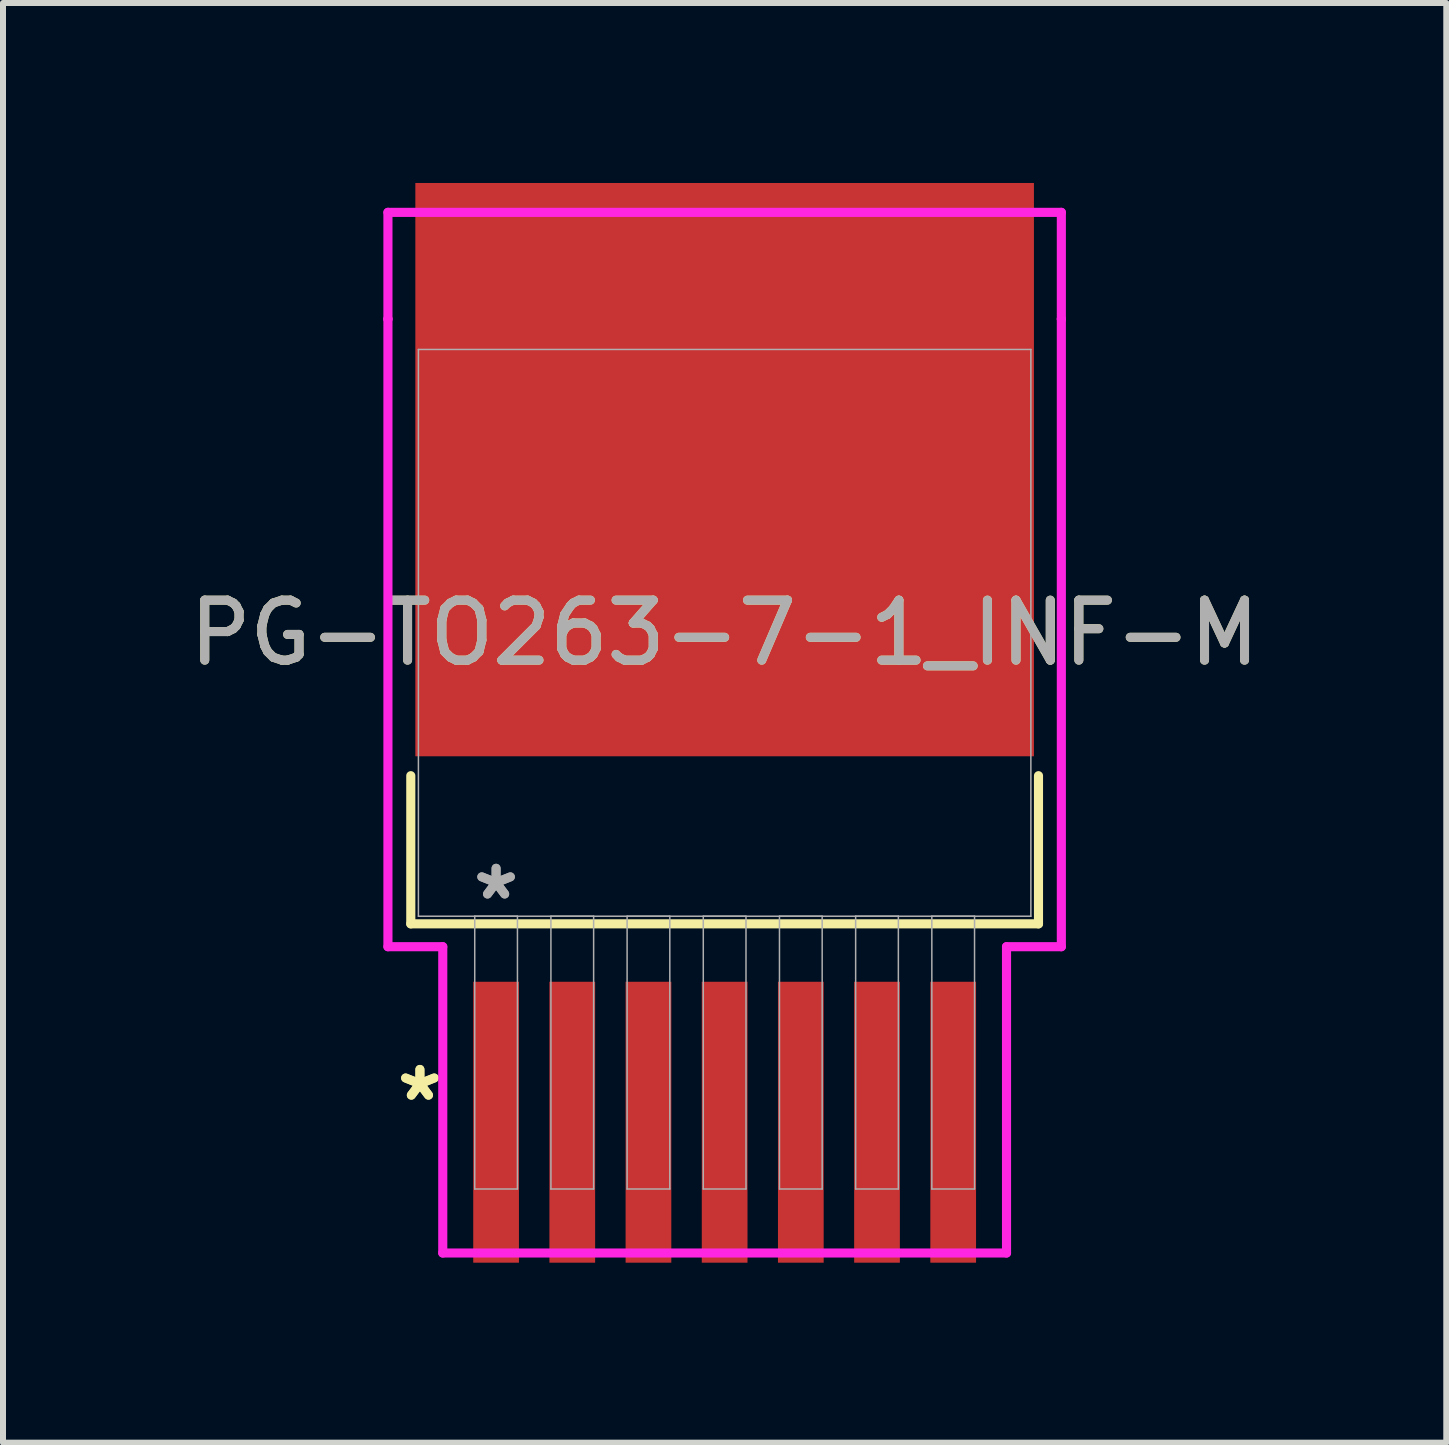
<source format=kicad_pcb>
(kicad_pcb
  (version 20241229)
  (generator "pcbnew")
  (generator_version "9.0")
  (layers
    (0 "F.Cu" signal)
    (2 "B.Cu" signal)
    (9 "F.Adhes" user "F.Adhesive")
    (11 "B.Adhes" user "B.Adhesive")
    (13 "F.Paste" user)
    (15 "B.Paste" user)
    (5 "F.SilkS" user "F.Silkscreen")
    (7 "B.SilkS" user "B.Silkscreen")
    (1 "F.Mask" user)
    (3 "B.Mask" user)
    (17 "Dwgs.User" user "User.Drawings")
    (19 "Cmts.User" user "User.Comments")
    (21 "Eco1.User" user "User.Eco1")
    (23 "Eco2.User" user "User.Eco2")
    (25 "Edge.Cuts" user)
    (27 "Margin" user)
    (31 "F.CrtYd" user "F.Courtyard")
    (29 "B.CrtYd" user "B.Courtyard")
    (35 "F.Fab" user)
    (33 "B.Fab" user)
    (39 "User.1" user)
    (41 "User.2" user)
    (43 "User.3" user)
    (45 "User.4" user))
  (footprint "PG-TO263-7-1_INF-M"
    (layer "F.Cu")
    (at 9.03 7.5)
    (property "Reference" "PG-TO263-7-1_INF-M" (at 0 0 0) (unlocked yes) (layer "F.SilkS") (effects (font (size 1 1) (thickness 0.15))))
    (attr smd)
    (fp_line (start -5.232 2.381) (end -5.232 4.851) (stroke (width 0.152) (type solid)) (layer "F.SilkS"))
    (fp_line (start -5.232 4.851) (end 5.232 4.851) (stroke (width 0.152) (type solid)) (layer "F.SilkS"))
    (fp_line (start 5.232 4.851) (end 5.232 2.381) (stroke (width 0.152) (type solid)) (layer "F.SilkS"))
    (fp_line (start -5.613 -7.01) (end 5.613 -7.01) (stroke (width 0.152) (type solid)) (layer "F.CrtYd"))
    (fp_line (start -5.613 -5.232) (end -5.613 -7.01) (stroke (width 0.152) (type solid)) (layer "F.CrtYd"))
    (fp_line (start -5.613 -5.232) (end -5.613 -5.232) (stroke (width 0.152) (type solid)) (layer "F.CrtYd"))
    (fp_line (start -5.613 5.232) (end -5.613 -5.232) (stroke (width 0.152) (type solid)) (layer "F.CrtYd"))
    (fp_line (start -4.699 5.232) (end -5.613 5.232) (stroke (width 0.152) (type solid)) (layer "F.CrtYd"))
    (fp_line (start -4.699 10.338) (end -4.699 5.232) (stroke (width 0.152) (type solid)) (layer "F.CrtYd"))
    (fp_line (start 4.699 5.232) (end 4.699 10.338) (stroke (width 0.152) (type solid)) (layer "F.CrtYd"))
    (fp_line (start 4.699 10.338) (end -4.699 10.338) (stroke (width 0.152) (type solid)) (layer "F.CrtYd"))
    (fp_line (start 5.613 -7.01) (end 5.613 -5.232) (stroke (width 0.152) (type solid)) (layer "F.CrtYd"))
    (fp_line (start 5.613 -5.232) (end 5.613 -5.232) (stroke (width 0.152) (type solid)) (layer "F.CrtYd"))
    (fp_line (start 5.613 -5.232) (end 5.613 5.232) (stroke (width 0.152) (type solid)) (layer "F.CrtYd"))
    (fp_line (start 5.613 5.232) (end 4.699 5.232) (stroke (width 0.152) (type solid)) (layer "F.CrtYd"))
    (fp_line (start -5.105 -4.724) (end -5.105 4.724) (stroke (width 0.025) (type solid)) (layer "F.Fab"))
    (fp_line (start -5.105 4.724) (end 5.105 4.724) (stroke (width 0.025) (type solid)) (layer "F.Fab"))
    (fp_line (start -4.166 4.724) (end -4.166 9.271) (stroke (width 0.025) (type solid)) (layer "F.Fab"))
    (fp_line (start -4.166 9.271) (end -3.454 9.271) (stroke (width 0.025) (type solid)) (layer "F.Fab"))
    (fp_line (start -3.454 4.724) (end -4.166 4.724) (stroke (width 0.025) (type solid)) (layer "F.Fab"))
    (fp_line (start -3.454 9.271) (end -3.454 4.724) (stroke (width 0.025) (type solid)) (layer "F.Fab"))
    (fp_line (start -2.896 4.724) (end -2.896 9.271) (stroke (width 0.025) (type solid)) (layer "F.Fab"))
    (fp_line (start -2.896 9.271) (end -2.184 9.271) (stroke (width 0.025) (type solid)) (layer "F.Fab"))
    (fp_line (start -2.184 4.724) (end -2.896 4.724) (stroke (width 0.025) (type solid)) (layer "F.Fab"))
    (fp_line (start -2.184 9.271) (end -2.184 4.724) (stroke (width 0.025) (type solid)) (layer "F.Fab"))
    (fp_line (start -1.626 4.724) (end -1.626 9.271) (stroke (width 0.025) (type solid)) (layer "F.Fab"))
    (fp_line (start -1.626 9.271) (end -0.914 9.271) (stroke (width 0.025) (type solid)) (layer "F.Fab"))
    (fp_line (start -0.914 4.724) (end -1.626 4.724) (stroke (width 0.025) (type solid)) (layer "F.Fab"))
    (fp_line (start -0.914 9.271) (end -0.914 4.724) (stroke (width 0.025) (type solid)) (layer "F.Fab"))
    (fp_line (start -0.356 4.724) (end -0.356 9.271) (stroke (width 0.025) (type solid)) (layer "F.Fab"))
    (fp_line (start -0.356 9.271) (end 0.356 9.271) (stroke (width 0.025) (type solid)) (layer "F.Fab"))
    (fp_line (start 0.356 4.724) (end -0.356 4.724) (stroke (width 0.025) (type solid)) (layer "F.Fab"))
    (fp_line (start 0.356 9.271) (end 0.356 4.724) (stroke (width 0.025) (type solid)) (layer "F.Fab"))
    (fp_line (start 0.914 4.724) (end 0.914 9.271) (stroke (width 0.025) (type solid)) (layer "F.Fab"))
    (fp_line (start 0.914 9.271) (end 1.626 9.271) (stroke (width 0.025) (type solid)) (layer "F.Fab"))
    (fp_line (start 1.626 4.724) (end 0.914 4.724) (stroke (width 0.025) (type solid)) (layer "F.Fab"))
    (fp_line (start 1.626 9.271) (end 1.626 4.724) (stroke (width 0.025) (type solid)) (layer "F.Fab"))
    (fp_line (start 2.184 4.724) (end 2.184 9.271) (stroke (width 0.025) (type solid)) (layer "F.Fab"))
    (fp_line (start 2.184 9.271) (end 2.896 9.271) (stroke (width 0.025) (type solid)) (layer "F.Fab"))
    (fp_line (start 2.896 4.724) (end 2.184 4.724) (stroke (width 0.025) (type solid)) (layer "F.Fab"))
    (fp_line (start 2.896 9.271) (end 2.896 4.724) (stroke (width 0.025) (type solid)) (layer "F.Fab"))
    (fp_line (start 3.454 4.724) (end 3.454 9.271) (stroke (width 0.025) (type solid)) (layer "F.Fab"))
    (fp_line (start 3.454 9.271) (end 4.166 9.271) (stroke (width 0.025) (type solid)) (layer "F.Fab"))
    (fp_line (start 4.166 4.724) (end 3.454 4.724) (stroke (width 0.025) (type solid)) (layer "F.Fab"))
    (fp_line (start 4.166 9.271) (end 4.166 4.724) (stroke (width 0.025) (type solid)) (layer "F.Fab"))
    (fp_line (start 5.105 -4.724) (end -5.105 -4.724) (stroke (width 0.025) (type solid)) (layer "F.Fab"))
    (fp_line (start 5.105 4.724) (end 5.105 -4.724) (stroke (width 0.025) (type solid)) (layer "F.Fab"))
    (fp_text user "*" (at -5.08 7.823 0) (unlocked yes) (layer "F.SilkS") (effects (font (size 1 1) (thickness 0.15))))
    (fp_text user "*" (at -5.08 7.823 0) (layer "F.SilkS") (effects (font (size 1 1) (thickness 0.15))))
    (fp_text user "${REFERENCE}" (at 0 0 0) (unlocked yes) (layer "F.Fab") (effects (font (size 1 1) (thickness 0.15))))
    (fp_text user "*" (at -3.81 4.47 0) (unlocked yes) (layer "F.Fab") (effects (font (size 1 1) (thickness 0.15))))
    (fp_text user "*" (at -3.81 4.47 0) (layer "F.Fab") (effects (font (size 1 1) (thickness 0.15))))
    (pad "1" smd rect (at -3.81 8.158) (size 0.762 4.683) (layers "F.Cu" "F.Mask" "F.Paste"))
    (pad "2" smd rect (at -2.54 8.158) (size 0.762 4.683) (layers "F.Cu" "F.Mask" "F.Paste"))
    (pad "3" smd rect (at -1.27 8.158) (size 0.762 4.683) (layers "F.Cu" "F.Mask" "F.Paste"))
    (pad "4" smd rect (at 0 8.158) (size 0.762 4.683) (layers "F.Cu" "F.Mask" "F.Paste"))
    (pad "5" smd rect (at 1.27 8.158) (size 0.762 4.683) (layers "F.Cu" "F.Mask" "F.Paste"))
    (pad "6" smd rect (at 2.54 8.158) (size 0.762 4.683) (layers "F.Cu" "F.Mask" "F.Paste"))
    (pad "7" smd rect (at 3.81 8.158) (size 0.762 4.683) (layers "F.Cu" "F.Mask" "F.Paste"))
    (pad "8" smd rect (at 0 -2.721) (size 10.312 9.557) (layers "F.Cu" "F.Mask" "F.Paste")))
  (gr_rect
    (start -3 -3)
    (end 21.06 21)
    (stroke (width 0.1) (type default))
    (fill no)
    (layer "Edge.Cuts")))
</source>
